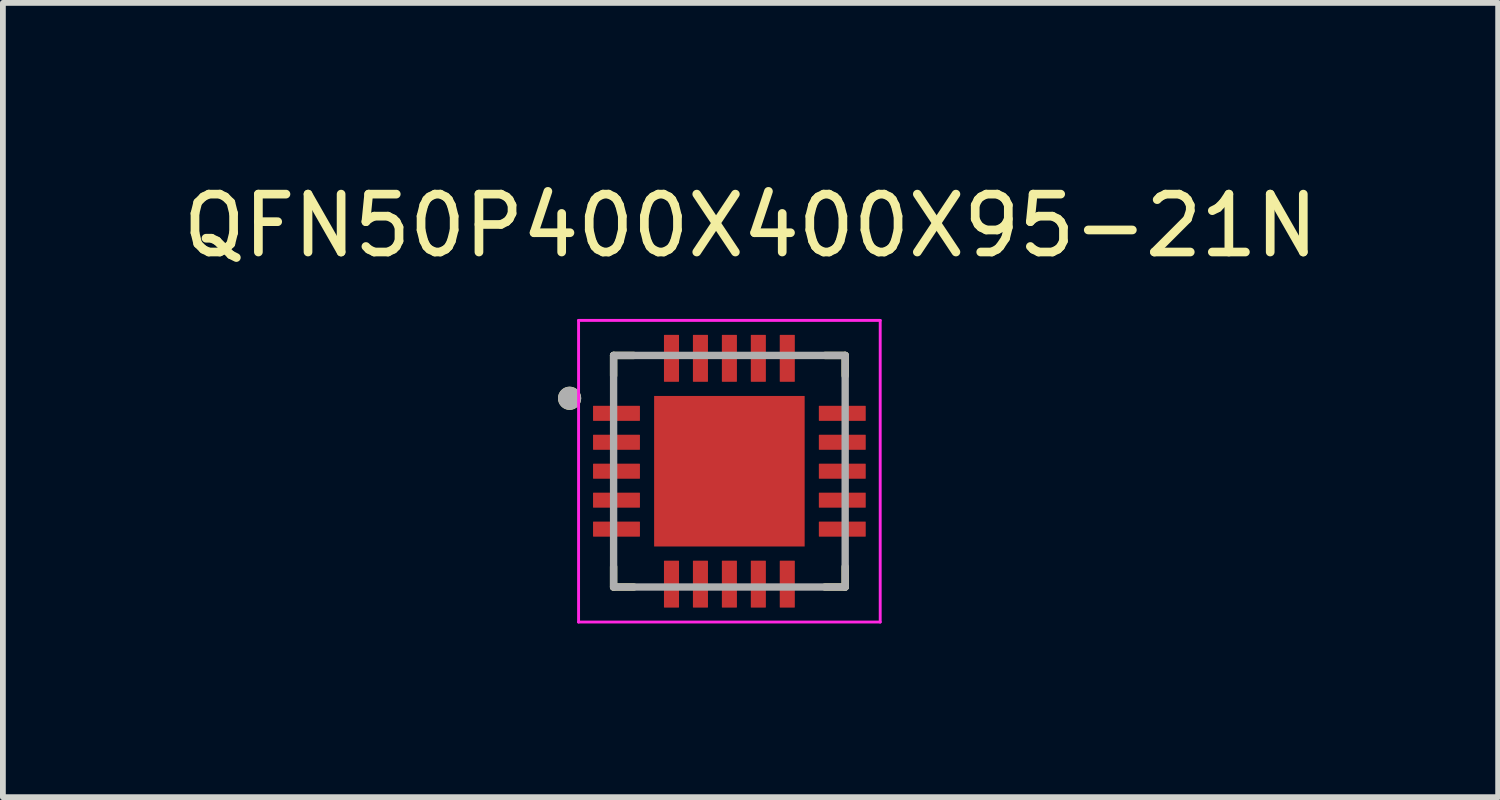
<source format=kicad_pcb>
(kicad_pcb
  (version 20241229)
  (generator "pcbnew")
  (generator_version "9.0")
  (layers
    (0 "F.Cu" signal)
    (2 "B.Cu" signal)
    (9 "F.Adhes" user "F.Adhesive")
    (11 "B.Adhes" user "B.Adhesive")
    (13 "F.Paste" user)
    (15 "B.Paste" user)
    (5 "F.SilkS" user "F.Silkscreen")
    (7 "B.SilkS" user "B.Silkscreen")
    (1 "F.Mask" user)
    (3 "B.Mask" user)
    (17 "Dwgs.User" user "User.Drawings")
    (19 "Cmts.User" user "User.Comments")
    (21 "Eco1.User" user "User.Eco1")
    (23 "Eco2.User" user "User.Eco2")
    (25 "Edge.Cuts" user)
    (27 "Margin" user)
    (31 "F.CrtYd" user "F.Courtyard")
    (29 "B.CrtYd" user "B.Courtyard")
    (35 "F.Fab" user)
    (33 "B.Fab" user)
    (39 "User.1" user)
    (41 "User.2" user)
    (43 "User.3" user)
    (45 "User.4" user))
  (footprint "QFN50P400X400X95-21N"
    (layer "F.Cu")
    (at 9.548 5.089)
    (property "Reference" "QFN50P400X400X95-21N" (at 0.365 -4.241 0) (layer "F.SilkS") (effects (font (size 1 1) (thickness 0.15))))
    (attr smd)
    (fp_line (start -2 -2) (end -2 -1.65) (stroke (width 0.127) (type solid)) (layer "F.SilkS"))
    (fp_line (start -2 -2) (end -1.65 -2) (stroke (width 0.127) (type solid)) (layer "F.SilkS"))
    (fp_line (start -2 2) (end -2 1.65) (stroke (width 0.127) (type solid)) (layer "F.SilkS"))
    (fp_line (start -2 2) (end -1.65 2) (stroke (width 0.127) (type solid)) (layer "F.SilkS"))
    (fp_line (start 2 -2) (end 1.65 -2) (stroke (width 0.127) (type solid)) (layer "F.SilkS"))
    (fp_line (start 2 -2) (end 2 -1.65) (stroke (width 0.127) (type solid)) (layer "F.SilkS"))
    (fp_line (start 2 2) (end 1.65 2) (stroke (width 0.127) (type solid)) (layer "F.SilkS"))
    (fp_line (start 2 2) (end 2 1.65) (stroke (width 0.127) (type solid)) (layer "F.SilkS"))
    (fp_circle (center -2.76 -1.26) (end -2.66 -1.26) (stroke (width 0.2) (type solid)) (fill no) (layer "F.SilkS"))
    (fp_poly (pts (xy -0.981 -0.98) (xy -0.16 -0.98) (xy -0.16 -0.16) (xy -0.981 -0.16)) (stroke (width 0.01) (type solid)) (fill yes) (layer "F.Paste"))
    (fp_poly (pts (xy -0.98 0.16) (xy -0.16 0.16) (xy -0.16 0.98) (xy -0.98 0.98)) (stroke (width 0.01) (type solid)) (fill yes) (layer "F.Paste"))
    (fp_poly (pts (xy 0.16 0.16) (xy 0.98 0.16) (xy 0.98 0.98) (xy 0.16 0.98)) (stroke (width 0.01) (type solid)) (fill yes) (layer "F.Paste"))
    (fp_poly (pts (xy 0.16 -0.98) (xy 0.98 -0.98) (xy 0.98 -0.16) (xy 0.16 -0.16)) (stroke (width 0.01) (type solid)) (fill yes) (layer "F.Paste"))
    (fp_line (start -2.605 -2.605) (end 2.605 -2.605) (stroke (width 0.05) (type solid)) (layer "F.CrtYd"))
    (fp_line (start -2.605 2.605) (end -2.605 -2.605) (stroke (width 0.05) (type solid)) (layer "F.CrtYd"))
    (fp_line (start -2.605 2.605) (end 2.605 2.605) (stroke (width 0.05) (type solid)) (layer "F.CrtYd"))
    (fp_line (start 2.605 2.605) (end 2.605 -2.605) (stroke (width 0.05) (type solid)) (layer "F.CrtYd"))
    (fp_line (start -2 2) (end -2 -2) (stroke (width 0.127) (type solid)) (layer "F.Fab"))
    (fp_line (start 2 -2) (end -2 -2) (stroke (width 0.127) (type solid)) (layer "F.Fab"))
    (fp_line (start 2 2) (end -2 2) (stroke (width 0.127) (type solid)) (layer "F.Fab"))
    (fp_line (start 2 2) (end 2 -2) (stroke (width 0.127) (type solid)) (layer "F.Fab"))
    (fp_circle (center -2.76 -1.26) (end -2.66 -1.26) (stroke (width 0.2) (type solid)) (fill no) (layer "F.Fab"))
    (pad "1" smd roundrect (at -1.95 -1) (size 0.81 0.26) (layers "F.Cu" "F.Mask" "F.Paste") (roundrect_rratio 0.03))
    (pad "2" smd roundrect (at -1.95 -0.5) (size 0.81 0.26) (layers "F.Cu" "F.Mask" "F.Paste") (roundrect_rratio 0.03))
    (pad "3" smd roundrect (at -1.95 0) (size 0.81 0.26) (layers "F.Cu" "F.Mask" "F.Paste") (roundrect_rratio 0.03))
    (pad "4" smd roundrect (at -1.95 0.5) (size 0.81 0.26) (layers "F.Cu" "F.Mask" "F.Paste") (roundrect_rratio 0.03))
    (pad "5" smd roundrect (at -1.95 1) (size 0.81 0.26) (layers "F.Cu" "F.Mask" "F.Paste") (roundrect_rratio 0.03))
    (pad "6" smd roundrect (at -1 1.95 90) (size 0.81 0.26) (layers "F.Cu" "F.Mask" "F.Paste") (roundrect_rratio 0.03))
    (pad "7" smd roundrect (at -0.5 1.95 90) (size 0.81 0.26) (layers "F.Cu" "F.Mask" "F.Paste") (roundrect_rratio 0.03))
    (pad "8" smd roundrect (at 0 1.95 90) (size 0.81 0.26) (layers "F.Cu" "F.Mask" "F.Paste") (roundrect_rratio 0.03))
    (pad "9" smd roundrect (at 0.5 1.95 90) (size 0.81 0.26) (layers "F.Cu" "F.Mask" "F.Paste") (roundrect_rratio 0.03))
    (pad "10" smd roundrect (at 1 1.95 90) (size 0.81 0.26) (layers "F.Cu" "F.Mask" "F.Paste") (roundrect_rratio 0.03))
    (pad "11" smd roundrect (at 1.95 1) (size 0.81 0.26) (layers "F.Cu" "F.Mask" "F.Paste") (roundrect_rratio 0.03))
    (pad "12" smd roundrect (at 1.95 0.5) (size 0.81 0.26) (layers "F.Cu" "F.Mask" "F.Paste") (roundrect_rratio 0.03))
    (pad "13" smd roundrect (at 1.95 0) (size 0.81 0.26) (layers "F.Cu" "F.Mask" "F.Paste") (roundrect_rratio 0.03))
    (pad "14" smd roundrect (at 1.95 -0.5) (size 0.81 0.26) (layers "F.Cu" "F.Mask" "F.Paste") (roundrect_rratio 0.03))
    (pad "15" smd roundrect (at 1.95 -1) (size 0.81 0.26) (layers "F.Cu" "F.Mask" "F.Paste") (roundrect_rratio 0.03))
    (pad "16" smd roundrect (at 1 -1.95 90) (size 0.81 0.26) (layers "F.Cu" "F.Mask" "F.Paste") (roundrect_rratio 0.03))
    (pad "17" smd roundrect (at 0.5 -1.95 90) (size 0.81 0.26) (layers "F.Cu" "F.Mask" "F.Paste") (roundrect_rratio 0.03))
    (pad "18" smd roundrect (at 0 -1.95 90) (size 0.81 0.26) (layers "F.Cu" "F.Mask" "F.Paste") (roundrect_rratio 0.03))
    (pad "19" smd roundrect (at -0.5 -1.95 90) (size 0.81 0.26) (layers "F.Cu" "F.Mask" "F.Paste") (roundrect_rratio 0.03))
    (pad "20" smd roundrect (at -1 -1.95 90) (size 0.81 0.26) (layers "F.Cu" "F.Mask" "F.Paste") (roundrect_rratio 0.03))
    (pad "21" smd rect (at 0 0) (size 2.6 2.6) (layers "F.Cu" "F.Mask")))
  (gr_rect
    (start -3 -3)
    (end 22.826 10.719)
    (stroke (width 0.1) (type default))
    (fill no)
    (layer "Edge.Cuts")))
</source>
